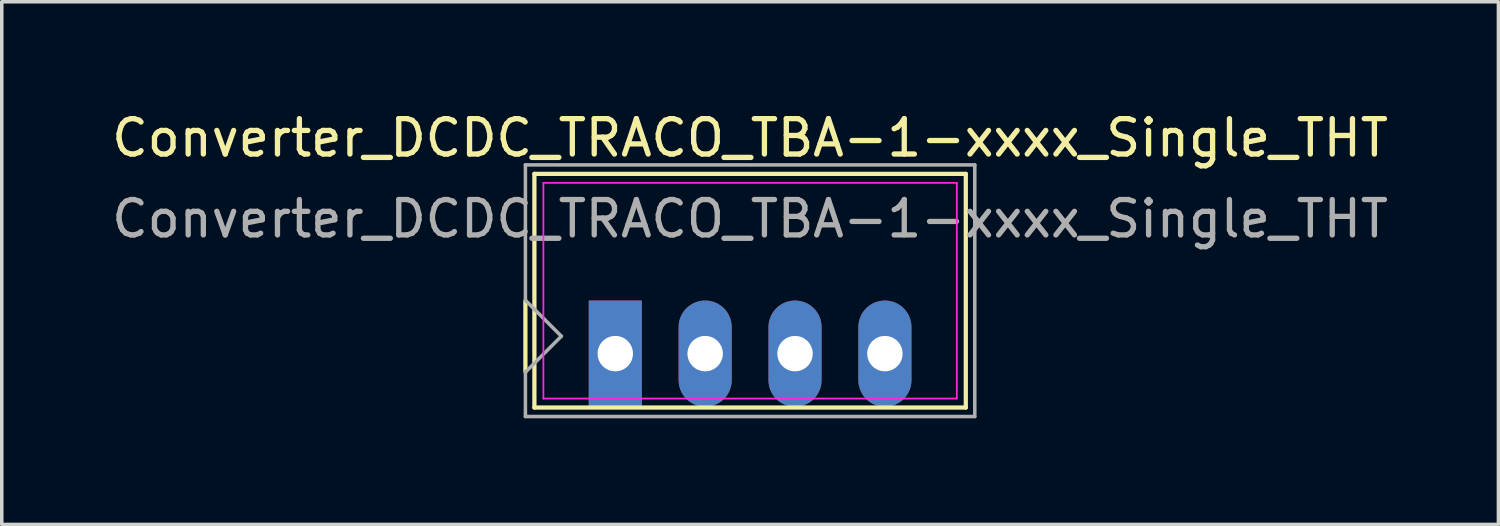
<source format=kicad_pcb>
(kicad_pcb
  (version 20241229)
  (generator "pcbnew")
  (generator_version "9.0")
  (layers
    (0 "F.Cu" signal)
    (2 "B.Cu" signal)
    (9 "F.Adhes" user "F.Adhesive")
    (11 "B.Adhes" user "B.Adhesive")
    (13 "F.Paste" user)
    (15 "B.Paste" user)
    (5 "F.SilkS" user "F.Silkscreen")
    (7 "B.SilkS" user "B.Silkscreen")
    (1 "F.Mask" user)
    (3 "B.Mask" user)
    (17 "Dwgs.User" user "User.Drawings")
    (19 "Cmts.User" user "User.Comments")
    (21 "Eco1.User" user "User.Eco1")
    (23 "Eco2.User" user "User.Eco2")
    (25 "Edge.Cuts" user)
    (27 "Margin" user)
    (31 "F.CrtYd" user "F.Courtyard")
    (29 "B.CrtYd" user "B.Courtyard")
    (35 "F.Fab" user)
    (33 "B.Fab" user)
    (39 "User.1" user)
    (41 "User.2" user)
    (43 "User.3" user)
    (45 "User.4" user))
  (footprint "Converter_DCDC_TRACO_TBA-1-xxxx_Single_THT"
    (layer "F.Cu")
    (at 14.339 6.944)
    (property "Reference" "Converter_DCDC_TRACO_TBA-1-xxxx_Single_THT" (at 3.81 -6.096 0) (layer "F.SilkS") (effects (font (size 1 1) (thickness 0.15))))
    (attr through_hole)
    (fp_line (start -2.54 -1.492) (end -2.54 0.508) (stroke (width 0.12) (type solid)) (layer "F.SilkS"))
    (fp_line (start -2.286 -5.08) (end 9.906 -5.08) (stroke (width 0.12) (type solid)) (layer "F.SilkS"))
    (fp_line (start -2.286 1.524) (end -2.286 -5.08) (stroke (width 0.12) (type solid)) (layer "F.SilkS"))
    (fp_line (start 9.906 -5.08) (end 9.906 1.524) (stroke (width 0.12) (type solid)) (layer "F.SilkS"))
    (fp_line (start 9.906 1.524) (end -2.286 1.524) (stroke (width 0.12) (type solid)) (layer "F.SilkS"))
    (fp_line (start -2.032 -4.826) (end -2.032 1.27) (stroke (width 0.05) (type solid)) (layer "F.CrtYd"))
    (fp_line (start -2.032 -4.826) (end 9.652 -4.826) (stroke (width 0.05) (type solid)) (layer "F.CrtYd"))
    (fp_line (start -2.032 1.27) (end 9.652 1.27) (stroke (width 0.05) (type solid)) (layer "F.CrtYd"))
    (fp_line (start 9.652 -4.826) (end 9.652 1.27) (stroke (width 0.05) (type solid)) (layer "F.CrtYd"))
    (fp_line (start -2.54 -1.524) (end -2.54 -5.334) (stroke (width 0.1) (type solid)) (layer "F.Fab"))
    (fp_line (start -2.54 0.508) (end -2.54 1.778) (stroke (width 0.1) (type solid)) (layer "F.Fab"))
    (fp_line (start -2.524 -1.492) (end -1.524 -0.492) (stroke (width 0.1) (type solid)) (layer "F.Fab"))
    (fp_line (start -1.524 -0.492) (end -2.524 0.508) (stroke (width 0.1) (type solid)) (layer "F.Fab"))
    (fp_line (start 10.16 -5.334) (end -2.54 -5.334) (stroke (width 0.1) (type solid)) (layer "F.Fab"))
    (fp_line (start 10.16 -5.334) (end 10.16 1.778) (stroke (width 0.1) (type solid)) (layer "F.Fab"))
    (fp_line (start 10.16 1.778) (end -2.54 1.778) (stroke (width 0.1) (type solid)) (layer "F.Fab"))
    (fp_text user "${REFERENCE}" (at 3.81 -3.81 0) (layer "F.Fab") (effects (font (size 1 1) (thickness 0.15))))
    (pad "1" thru_hole rect (at 0 0) (size 1.5 3) (drill 1) (layers "*.Cu" "*.Mask"))
    (pad "2" thru_hole oval (at 2.54 0) (size 1.5 3) (drill 1) (layers "*.Cu" "*.Mask"))
    (pad "3" thru_hole oval (at 5.08 0) (size 1.5 3) (drill 1) (layers "*.Cu" "*.Mask"))
    (pad "4" thru_hole oval (at 7.62 0) (size 1.5 3) (drill 1) (layers "*.Cu" "*.Mask")))
  (gr_rect
    (start -3 -3)
    (end 39.298 11.772)
    (stroke (width 0.1) (type default))
    (fill no)
    (layer "Edge.Cuts")))
</source>
